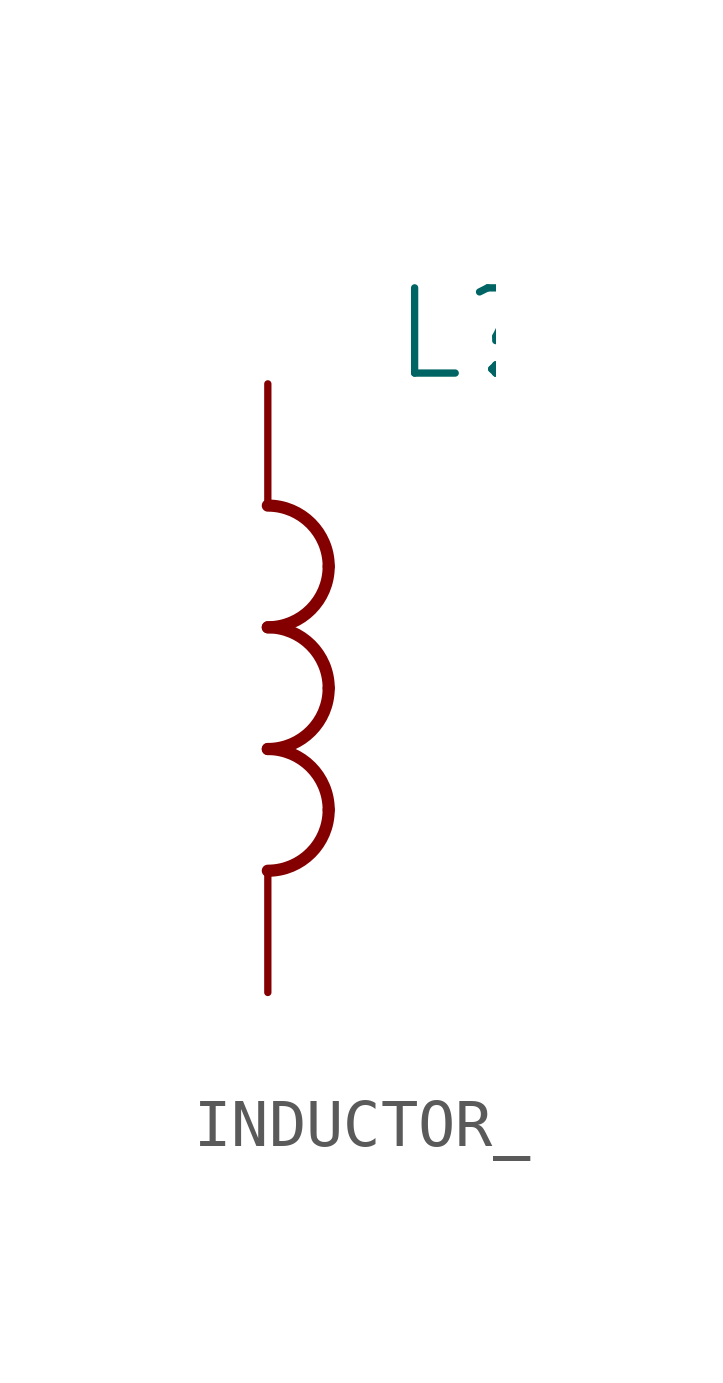
<source format=kicad_sym>
(kicad_symbol_lib
  (version 20231120)
  (generator "kicad_symbol_editor")
  (generator_version "8.0")
  (symbol "INDUCTOR_"
    (property "Reference" "L"
      (at 2.54 5.08 0)
      (effects (font (size 1.778 1.778)) (justify left bottom)))
    (property "Value" ""
      (at 2.54 -5.08 0)
      (effects (font (size 1.778 1.778)) (justify left bottom)))
    (property "ki_locked" ""
      (at 0 0 0)
      (effects (font (size 1.27 1.27))))
    (symbol "INDUCTOR__1_0"
      (arc (start 0 -5.08) (mid 0.898 -4.708) (end 1.27 -3.81) (stroke (width 0.254) (type solid)) (fill (type none)))
      (arc (start 0 -2.54) (mid 0.898 -2.168) (end 1.27 -1.27) (stroke (width 0.254) (type solid)) (fill (type none)))
      (arc (start 0 0) (mid 0.898 0.372) (end 1.27 1.27) (stroke (width 0.254) (type solid)) (fill (type none)))
      (arc (start 1.27 -3.81) (mid 0.898 -2.912) (end 0 -2.54) (stroke (width 0.254) (type solid)) (fill (type none)))
      (arc (start 1.27 -1.27) (mid 0.898 -0.372) (end 0 0) (stroke (width 0.254) (type solid)) (fill (type none)))
      (arc (start 1.27 1.27) (mid 0.898 2.168) (end 0 2.54) (stroke (width 0.254) (type solid)) (fill (type none)))
      (pin passive line (at 0 5.08 270) (length 2.54) (name "1" (effects (font (size 0 0)))) (number "1" (effects (font (size 0 0)))))
      (pin passive line (at 0 -7.62 90) (length 2.54) (name "2" (effects (font (size 0 0)))) (number "2" (effects (font (size 0 0))))))))
</source>
